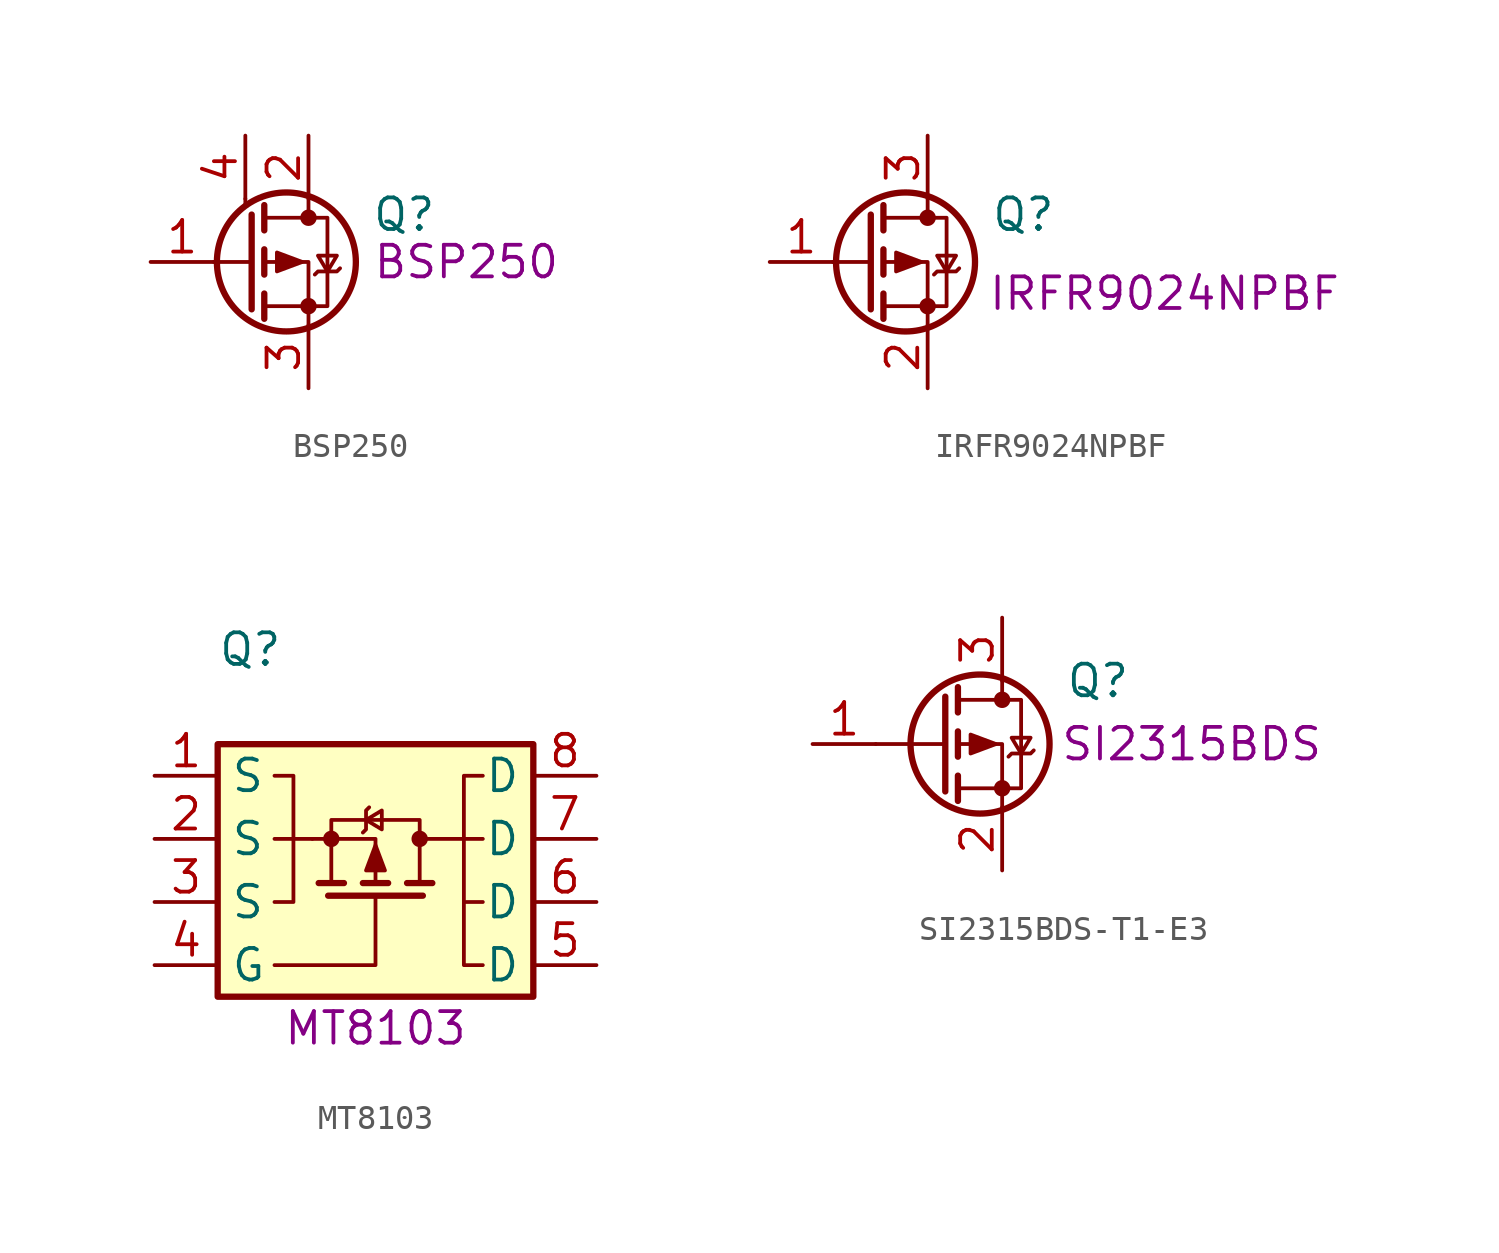
<source format=kicad_sym>
(kicad_symbol_lib
  (version 20211014)
  (generator kicad_symbol_editor)
  (symbol "BSP250"
    (pin_names
      (offset 0) hide)
    (property "Reference" "Q"
      (at 5.08 1.905 0)
      (effects (font (size 1.27 1.27)) (justify left)))
    (property "Comment" "BSP250"
      (at 8.89 0 0)
      (effects (font (size 1.27 1.27))))
    (symbol "BSP250_0_1"
      (polyline (pts (xy 0 2.54) (xy 0 2.235)) (stroke (width 0.152) (type default) (color 0 0 0 0)) (fill (type none))))
    (symbol "BSP250_1_1"
      (polyline (pts (xy 0.254 0) (xy -1.27 0)) (stroke (width 0) (type default) (color 0 0 0 0)) (fill (type none)))
      (polyline (pts (xy 0.254 1.905) (xy 0.254 -1.905)) (stroke (width 0.254) (type default) (color 0 0 0 0)) (fill (type none)))
      (polyline (pts (xy 0.762 -1.27) (xy 0.762 -2.286)) (stroke (width 0.254) (type default) (color 0 0 0 0)) (fill (type none)))
      (polyline (pts (xy 0.762 0.508) (xy 0.762 -0.508)) (stroke (width 0.254) (type default) (color 0 0 0 0)) (fill (type none)))
      (polyline (pts (xy 0.762 2.286) (xy 0.762 1.27)) (stroke (width 0.254) (type default) (color 0 0 0 0)) (fill (type none)))
      (polyline (pts (xy 2.54 2.54) (xy 2.54 1.778)) (stroke (width 0) (type default) (color 0 0 0 0)) (fill (type none)))
      (polyline (pts (xy 2.54 -2.54) (xy 2.54 0) (xy 0.762 0)) (stroke (width 0) (type default) (color 0 0 0 0)) (fill (type none)))
      (polyline (pts (xy 0.762 1.778) (xy 3.302 1.778) (xy 3.302 -1.778) (xy 0.762 -1.778)) (stroke (width 0) (type default) (color 0 0 0 0)) (fill (type none)))
      (polyline (pts (xy 2.286 0) (xy 1.27 0.381) (xy 1.27 -0.381) (xy 2.286 0)) (stroke (width 0) (type default) (color 0 0 0 0)) (fill (type outline)))
      (polyline (pts (xy 2.794 -0.508) (xy 2.921 -0.381) (xy 3.683 -0.381) (xy 3.81 -0.254)) (stroke (width 0) (type default) (color 0 0 0 0)) (fill (type none)))
      (polyline (pts (xy 3.302 -0.381) (xy 2.921 0.254) (xy 3.683 0.254) (xy 3.302 -0.381)) (stroke (width 0) (type default) (color 0 0 0 0)) (fill (type none)))
      (circle (center 1.651 0) (radius 2.794) (stroke (width 0.254) (type default) (color 0 0 0 0)) (fill (type none)))
      (circle (center 2.54 -1.778) (radius 0.254) (stroke (width 0) (type default) (color 0 0 0 0)) (fill (type outline)))
      (circle (center 2.54 1.778) (radius 0.254) (stroke (width 0) (type default) (color 0 0 0 0)) (fill (type outline)))
      (pin input line (at -3.81 0 0) (length 2.54) (name "G" (effects (font (size 1.27 1.27)))) (number "1" (effects (font (size 1.27 1.27)))))
      (pin passive line (at 2.54 5.08 270) (length 2.54) (name "D" (effects (font (size 1.27 1.27)))) (number "2" (effects (font (size 1.27 1.27)))))
      (pin passive line (at 2.54 -5.08 90) (length 2.54) (name "S" (effects (font (size 1.27 1.27)))) (number "3" (effects (font (size 1.27 1.27)))))
      (pin passive line (at 0 5.08 270) (length 2.54) (name "D" (effects (font (size 1.27 1.27)))) (number "4" (effects (font (size 1.27 1.27)))))))
  (symbol "IRFR9024NPBF"
    (pin_names
      (offset 0) hide)
    (property "Reference" "Q"
      (at 5.08 1.905 0)
      (effects (font (size 1.27 1.27)) (justify left)))
    (property "Comment" "IRFR9024NPBF"
      (at 12.065 -1.27 0)
      (effects (font (size 1.27 1.27))))
    (symbol "IRFR9024NPBF_1_1"
      (polyline (pts (xy 0.254 0) (xy -1.27 0)) (stroke (width 0) (type default) (color 0 0 0 0)) (fill (type none)))
      (polyline (pts (xy 0.254 1.905) (xy 0.254 -1.905)) (stroke (width 0.254) (type default) (color 0 0 0 0)) (fill (type none)))
      (polyline (pts (xy 0.762 -1.27) (xy 0.762 -2.286)) (stroke (width 0.254) (type default) (color 0 0 0 0)) (fill (type none)))
      (polyline (pts (xy 0.762 0.508) (xy 0.762 -0.508)) (stroke (width 0.254) (type default) (color 0 0 0 0)) (fill (type none)))
      (polyline (pts (xy 0.762 2.286) (xy 0.762 1.27)) (stroke (width 0.254) (type default) (color 0 0 0 0)) (fill (type none)))
      (polyline (pts (xy 2.54 2.54) (xy 2.54 1.778)) (stroke (width 0) (type default) (color 0 0 0 0)) (fill (type none)))
      (polyline (pts (xy 2.54 -2.54) (xy 2.54 0) (xy 0.762 0)) (stroke (width 0) (type default) (color 0 0 0 0)) (fill (type none)))
      (polyline (pts (xy 0.762 1.778) (xy 3.302 1.778) (xy 3.302 -1.778) (xy 0.762 -1.778)) (stroke (width 0) (type default) (color 0 0 0 0)) (fill (type none)))
      (polyline (pts (xy 2.286 0) (xy 1.27 0.381) (xy 1.27 -0.381) (xy 2.286 0)) (stroke (width 0) (type default) (color 0 0 0 0)) (fill (type outline)))
      (polyline (pts (xy 2.794 -0.508) (xy 2.921 -0.381) (xy 3.683 -0.381) (xy 3.81 -0.254)) (stroke (width 0) (type default) (color 0 0 0 0)) (fill (type none)))
      (polyline (pts (xy 3.302 -0.381) (xy 2.921 0.254) (xy 3.683 0.254) (xy 3.302 -0.381)) (stroke (width 0) (type default) (color 0 0 0 0)) (fill (type none)))
      (circle (center 1.651 0) (radius 2.794) (stroke (width 0.254) (type default) (color 0 0 0 0)) (fill (type none)))
      (circle (center 2.54 -1.778) (radius 0.254) (stroke (width 0) (type default) (color 0 0 0 0)) (fill (type outline)))
      (circle (center 2.54 1.778) (radius 0.254) (stroke (width 0) (type default) (color 0 0 0 0)) (fill (type outline)))
      (pin input line (at -3.81 0 0) (length 2.54) (name "G" (effects (font (size 1.27 1.27)))) (number "1" (effects (font (size 1.27 1.27)))))
      (pin passive line (at 2.54 -5.08 90) (length 2.54) (name "S" (effects (font (size 1.27 1.27)))) (number "2" (effects (font (size 1.27 1.27)))))
      (pin passive line (at 2.54 5.08 270) (length 2.54) (name "D" (effects (font (size 1.27 1.27)))) (number "3" (effects (font (size 1.27 1.27)))))))
  (symbol "MT8103"
    (property "Reference" "Q"
      (at 0 3.81 0)
      (effects (font (size 1.27 1.27)) (justify left)))
    (property "Comment" "MT8103"
      (at 6.35 -11.43 0)
      (effects (font (size 1.27 1.27))))
    (symbol "MT8103_0_1"
      (polyline (pts (xy 3.81 -3.81) (xy 2.286 -3.81)) (stroke (width 0) (type default) (color 0 0 0 0)) (fill (type none)))
      (polyline (pts (xy 5.08 -5.588) (xy 4.064 -5.588)) (stroke (width 0.254) (type default) (color 0 0 0 0)) (fill (type none)))
      (polyline (pts (xy 6.858 -5.588) (xy 5.842 -5.588)) (stroke (width 0.254) (type default) (color 0 0 0 0)) (fill (type none)))
      (polyline (pts (xy 8.128 -3.81) (xy 10.668 -3.81)) (stroke (width 0) (type default) (color 0 0 0 0)) (fill (type none)))
      (polyline (pts (xy 8.255 -6.096) (xy 4.445 -6.096)) (stroke (width 0.254) (type default) (color 0 0 0 0)) (fill (type none)))
      (polyline (pts (xy 8.636 -5.588) (xy 7.62 -5.588)) (stroke (width 0.254) (type default) (color 0 0 0 0)) (fill (type none)))
      (polyline (pts (xy 9.906 -6.35) (xy 10.668 -6.35)) (stroke (width 0) (type default) (color 0 0 0 0)) (fill (type none)))
      (polyline (pts (xy 3.81 -3.81) (xy 6.35 -3.81) (xy 6.35 -5.588)) (stroke (width 0) (type default) (color 0 0 0 0)) (fill (type none)))
      (polyline (pts (xy 6.35 -6.096) (xy 6.35 -8.89) (xy 2.286 -8.89)) (stroke (width 0) (type default) (color 0 0 0 0)) (fill (type none)))
      (polyline (pts (xy 2.286 -1.27) (xy 3.048 -1.27) (xy 3.048 -6.35) (xy 2.286 -6.35)) (stroke (width 0) (type default) (color 0 0 0 0)) (fill (type none)))
      (polyline (pts (xy 5.842 -3.556) (xy 5.969 -3.429) (xy 5.969 -2.667) (xy 6.096 -2.54)) (stroke (width 0) (type default) (color 0 0 0 0)) (fill (type none)))
      (polyline (pts (xy 5.969 -3.048) (xy 6.604 -3.429) (xy 6.604 -2.667) (xy 5.969 -3.048)) (stroke (width 0) (type default) (color 0 0 0 0)) (fill (type none)))
      (polyline (pts (xy 6.35 -4.064) (xy 6.731 -5.08) (xy 5.969 -5.08) (xy 6.35 -4.064)) (stroke (width 0) (type default) (color 0 0 0 0)) (fill (type outline)))
      (polyline (pts (xy 8.128 -5.588) (xy 8.128 -3.048) (xy 4.572 -3.048) (xy 4.572 -5.588)) (stroke (width 0) (type default) (color 0 0 0 0)) (fill (type none)))
      (polyline (pts (xy 10.668 -1.27) (xy 9.906 -1.27) (xy 9.906 -8.89) (xy 10.668 -8.89)) (stroke (width 0) (type default) (color 0 0 0 0)) (fill (type none)))
      (circle (center 4.572 -3.81) (radius 0.254) (stroke (width 0) (type default) (color 0 0 0 0)) (fill (type outline)))
      (circle (center 8.128 -3.81) (radius 0.254) (stroke (width 0) (type default) (color 0 0 0 0)) (fill (type outline))))
    (symbol "MT8103_1_1"
      (rectangle (start 0 0) (end 12.7 -10.16) (stroke (width 0.254) (type default) (color 0 0 0 0)) (fill (type background)))
      (pin passive line (at -2.54 -1.27 0) (length 2.54) (name "S" (effects (font (size 1.27 1.27)))) (number "1" (effects (font (size 1.27 1.27)))))
      (pin passive line (at -2.54 -3.81 0) (length 2.54) (name "S" (effects (font (size 1.27 1.27)))) (number "2" (effects (font (size 1.27 1.27)))))
      (pin passive line (at -2.54 -6.35 0) (length 2.54) (name "S" (effects (font (size 1.27 1.27)))) (number "3" (effects (font (size 1.27 1.27)))))
      (pin passive line (at -2.54 -8.89 0) (length 2.54) (name "G" (effects (font (size 1.27 1.27)))) (number "4" (effects (font (size 1.27 1.27)))))
      (pin passive line (at 15.24 -8.89 180) (length 2.54) (name "D" (effects (font (size 1.27 1.27)))) (number "5" (effects (font (size 1.27 1.27)))))
      (pin passive line (at 15.24 -6.35 180) (length 2.54) (name "D" (effects (font (size 1.27 1.27)))) (number "6" (effects (font (size 1.27 1.27)))))
      (pin passive line (at 15.24 -3.81 180) (length 2.54) (name "D" (effects (font (size 1.27 1.27)))) (number "7" (effects (font (size 1.27 1.27)))))
      (pin passive line (at 15.24 -1.27 180) (length 2.54) (name "D" (effects (font (size 1.27 1.27)))) (number "8" (effects (font (size 1.27 1.27)))))))
  (symbol "SI2315BDS-T1-E3"
    (pin_names
      (offset 0) hide)
    (property "Reference" "Q"
      (at 5.08 2.54 0)
      (effects (font (size 1.27 1.27)) (justify left)))
    (property "Comment" "SI2315BDS"
      (at 10.16 0 0)
      (effects (font (size 1.27 1.27))))
    (symbol "SI2315BDS-T1-E3_1_1"
      (polyline (pts (xy 0.254 0) (xy -2.54 0)) (stroke (width 0) (type default) (color 0 0 0 0)) (fill (type none)))
      (polyline (pts (xy 0.254 1.905) (xy 0.254 -1.905)) (stroke (width 0.254) (type default) (color 0 0 0 0)) (fill (type none)))
      (polyline (pts (xy 0.762 -1.27) (xy 0.762 -2.286)) (stroke (width 0.254) (type default) (color 0 0 0 0)) (fill (type none)))
      (polyline (pts (xy 0.762 0.508) (xy 0.762 -0.508)) (stroke (width 0.254) (type default) (color 0 0 0 0)) (fill (type none)))
      (polyline (pts (xy 0.762 2.286) (xy 0.762 1.27)) (stroke (width 0.254) (type default) (color 0 0 0 0)) (fill (type none)))
      (polyline (pts (xy 2.54 2.54) (xy 2.54 1.778)) (stroke (width 0) (type default) (color 0 0 0 0)) (fill (type none)))
      (polyline (pts (xy 2.54 -2.54) (xy 2.54 0) (xy 0.762 0)) (stroke (width 0) (type default) (color 0 0 0 0)) (fill (type none)))
      (polyline (pts (xy 0.762 1.778) (xy 3.302 1.778) (xy 3.302 -1.778) (xy 0.762 -1.778)) (stroke (width 0) (type default) (color 0 0 0 0)) (fill (type none)))
      (polyline (pts (xy 2.286 0) (xy 1.27 0.381) (xy 1.27 -0.381) (xy 2.286 0)) (stroke (width 0) (type default) (color 0 0 0 0)) (fill (type outline)))
      (polyline (pts (xy 2.794 -0.508) (xy 2.921 -0.381) (xy 3.683 -0.381) (xy 3.81 -0.254)) (stroke (width 0) (type default) (color 0 0 0 0)) (fill (type none)))
      (polyline (pts (xy 3.302 -0.381) (xy 2.921 0.254) (xy 3.683 0.254) (xy 3.302 -0.381)) (stroke (width 0) (type default) (color 0 0 0 0)) (fill (type none)))
      (circle (center 1.651 0) (radius 2.794) (stroke (width 0.254) (type default) (color 0 0 0 0)) (fill (type none)))
      (circle (center 2.54 -1.778) (radius 0.254) (stroke (width 0) (type default) (color 0 0 0 0)) (fill (type outline)))
      (circle (center 2.54 1.778) (radius 0.254) (stroke (width 0) (type default) (color 0 0 0 0)) (fill (type outline)))
      (pin input line (at -5.08 0 0) (length 2.54) (name "G" (effects (font (size 1.27 1.27)))) (number "1" (effects (font (size 1.27 1.27)))))
      (pin passive line (at 2.54 -5.08 90) (length 2.54) (name "S" (effects (font (size 1.27 1.27)))) (number "2" (effects (font (size 1.27 1.27)))))
      (pin passive line (at 2.54 5.08 270) (length 2.54) (name "D" (effects (font (size 1.27 1.27)))) (number "3" (effects (font (size 1.27 1.27))))))))
</source>
